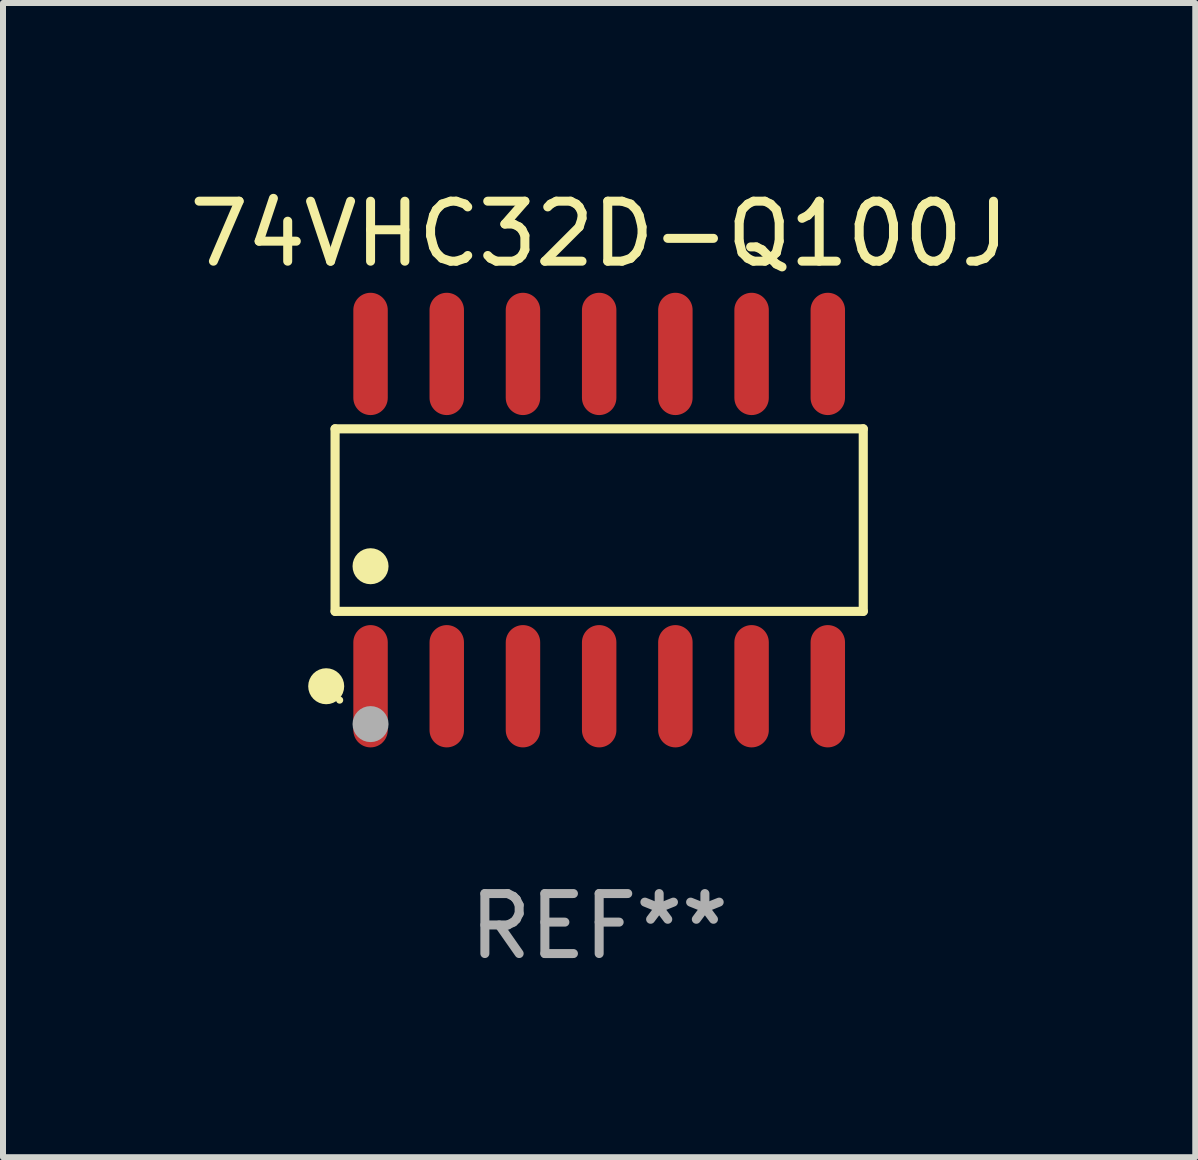
<source format=kicad_pcb>
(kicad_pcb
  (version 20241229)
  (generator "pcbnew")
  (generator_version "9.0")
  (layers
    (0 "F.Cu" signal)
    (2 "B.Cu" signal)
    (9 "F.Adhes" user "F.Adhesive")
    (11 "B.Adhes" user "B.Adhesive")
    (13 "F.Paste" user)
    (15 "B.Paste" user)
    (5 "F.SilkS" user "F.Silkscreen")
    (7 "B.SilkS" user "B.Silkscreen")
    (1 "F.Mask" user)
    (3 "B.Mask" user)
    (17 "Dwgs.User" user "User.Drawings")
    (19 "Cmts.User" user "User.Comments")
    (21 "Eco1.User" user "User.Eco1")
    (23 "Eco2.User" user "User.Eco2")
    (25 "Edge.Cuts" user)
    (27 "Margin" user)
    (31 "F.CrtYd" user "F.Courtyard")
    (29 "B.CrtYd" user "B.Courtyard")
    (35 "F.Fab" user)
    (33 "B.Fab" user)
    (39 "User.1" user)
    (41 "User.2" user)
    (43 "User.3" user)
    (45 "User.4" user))
  (footprint "74VHC32D-Q100J"
    (layer "F.Cu")
    (at 6.935 5.617)
    (property "Reference" "74VHC32D-Q100J" (at 0 -4.769 0) (layer "F.SilkS") (effects (font (size 1 1) (thickness 0.15))))
    (attr through_hole)
    (fp_line (start -4.401 -1.521) (end 4.401 -1.521) (stroke (width 0.152) (type solid)) (layer "F.SilkS"))
    (fp_line (start -4.401 1.521) (end -4.401 -1.521) (stroke (width 0.152) (type solid)) (layer "F.SilkS"))
    (fp_line (start 4.401 -1.521) (end 4.401 1.521) (stroke (width 0.152) (type solid)) (layer "F.SilkS"))
    (fp_line (start 4.401 1.521) (end -4.401 1.521) (stroke (width 0.152) (type solid)) (layer "F.SilkS"))
    (fp_circle (center -4.549 2.769) (end -4.399 2.769) (stroke (width 0.3) (type solid)) (fill no) (layer "F.SilkS"))
    (fp_circle (center -4.325 3) (end -4.295 3) (stroke (width 0.06) (type solid)) (fill no) (layer "F.SilkS"))
    (fp_circle (center -3.81 0.769) (end -3.66 0.769) (stroke (width 0.3) (type solid)) (fill no) (layer "F.SilkS"))
    (fp_circle (center -3.81 3.4) (end -3.66 3.4) (stroke (width 0.3) (type solid)) (fill no) (layer "F.Fab"))
    (fp_text user "REF**" (at 0 6.769 0) (layer "F.Fab") (effects (font (size 1 1) (thickness 0.15))))
    (pad "1" smd oval (at -3.81 2.769) (size 0.574 2.038) (layers "F.Cu" "F.Mask" "F.Paste"))
    (pad "2" smd oval (at -2.54 2.769) (size 0.574 2.038) (layers "F.Cu" "F.Mask" "F.Paste"))
    (pad "3" smd oval (at -1.27 2.769) (size 0.574 2.038) (layers "F.Cu" "F.Mask" "F.Paste"))
    (pad "4" smd oval (at 0 2.769) (size 0.574 2.038) (layers "F.Cu" "F.Mask" "F.Paste"))
    (pad "5" smd oval (at 1.27 2.769) (size 0.574 2.038) (layers "F.Cu" "F.Mask" "F.Paste"))
    (pad "6" smd oval (at 2.54 2.769) (size 0.574 2.038) (layers "F.Cu" "F.Mask" "F.Paste"))
    (pad "7" smd oval (at 3.81 2.769) (size 0.574 2.038) (layers "F.Cu" "F.Mask" "F.Paste"))
    (pad "8" smd oval (at 3.81 -2.769) (size 0.574 2.038) (layers "F.Cu" "F.Mask" "F.Paste"))
    (pad "9" smd oval (at 2.54 -2.769) (size 0.574 2.038) (layers "F.Cu" "F.Mask" "F.Paste"))
    (pad "10" smd oval (at 1.27 -2.769) (size 0.574 2.038) (layers "F.Cu" "F.Mask" "F.Paste"))
    (pad "11" smd oval (at 0 -2.769) (size 0.574 2.038) (layers "F.Cu" "F.Mask" "F.Paste"))
    (pad "12" smd oval (at -1.27 -2.769) (size 0.574 2.038) (layers "F.Cu" "F.Mask" "F.Paste"))
    (pad "13" smd oval (at -2.54 -2.769) (size 0.574 2.038) (layers "F.Cu" "F.Mask" "F.Paste"))
    (pad "14" smd oval (at -3.81 -2.769) (size 0.574 2.038) (layers "F.Cu" "F.Mask" "F.Paste")))
  (gr_rect
    (start -3 -3)
    (end 16.869 16.235)
    (stroke (width 0.1) (type default))
    (fill no)
    (layer "Edge.Cuts")))
</source>
